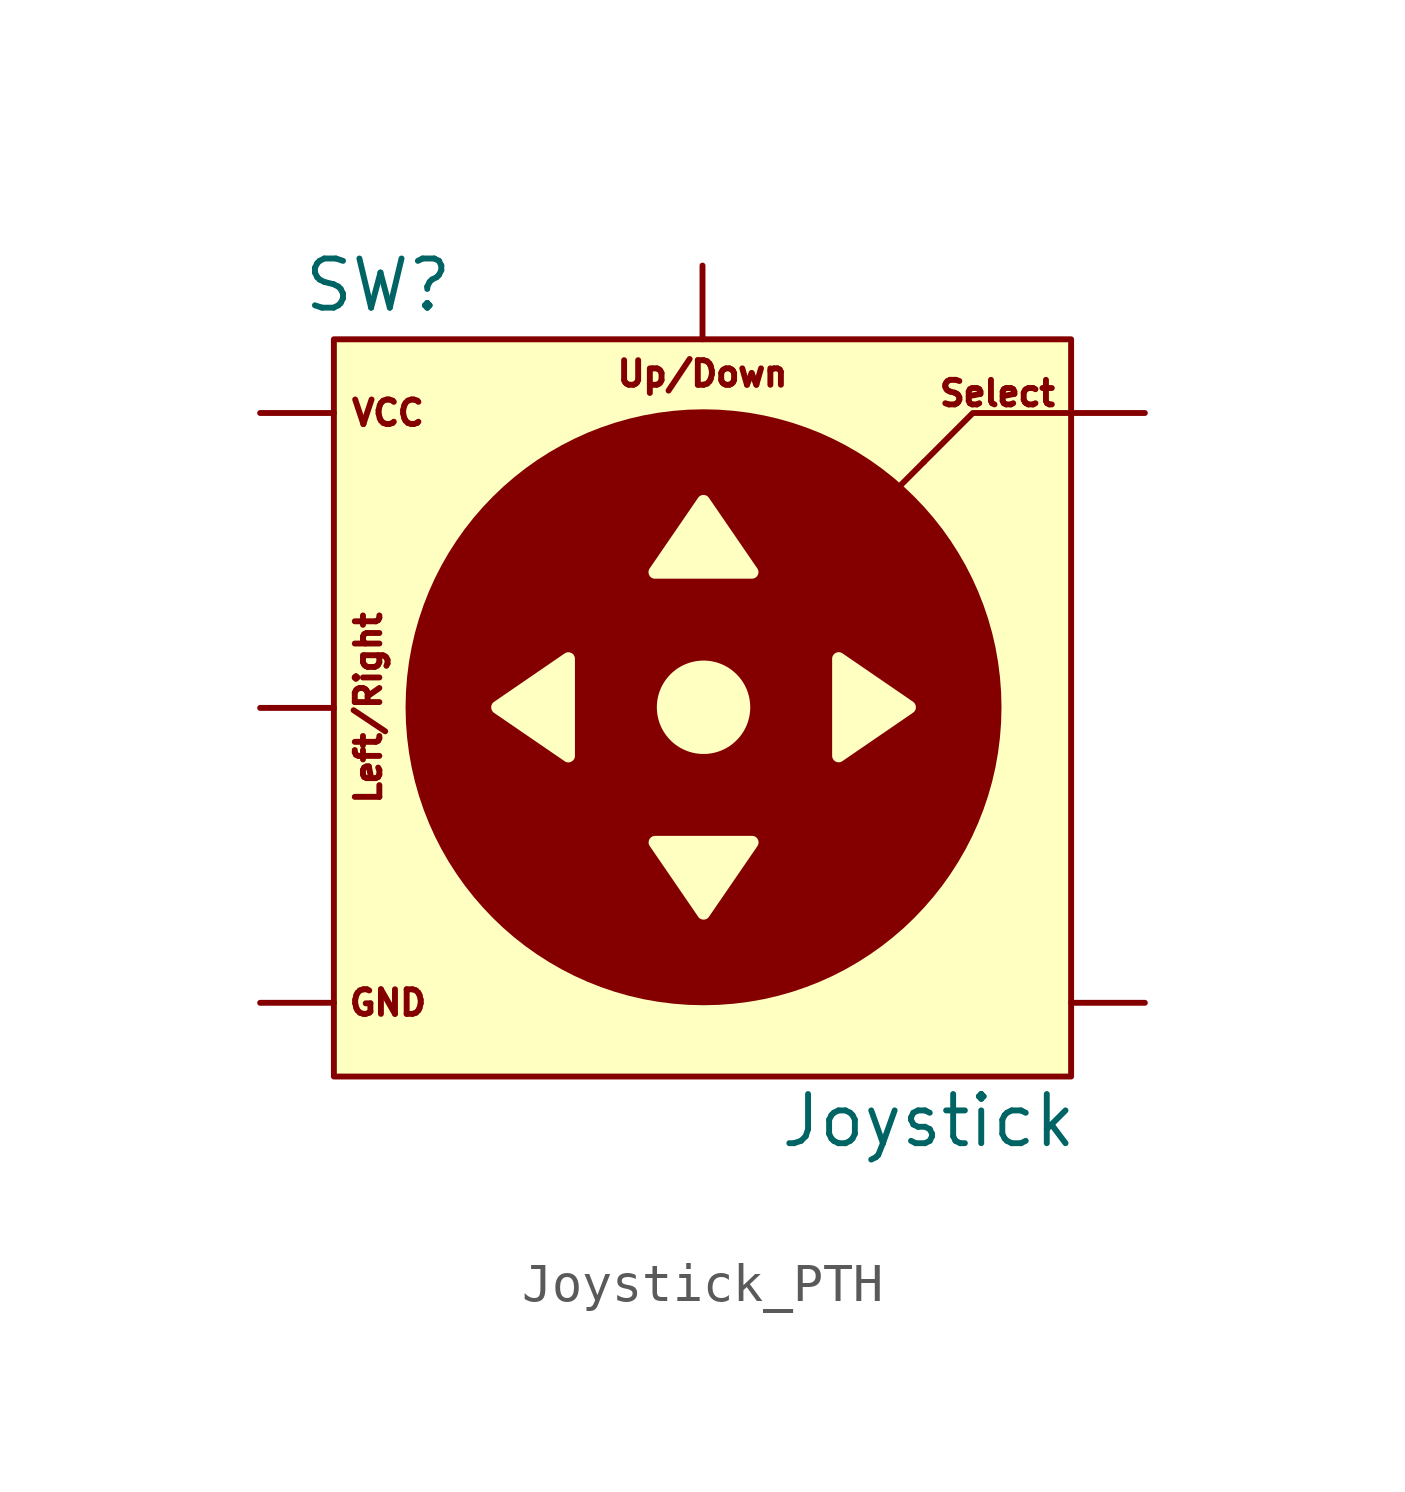
<source format=kicad_sym>
(kicad_symbol_lib
  (version 20231120)
  (generator "kicad_symbol_editor")
  (generator_version "8.0")
  (symbol "Joystick_PTH"
    (pin_numbers hide)
    (pin_names
      (offset 0) hide)
    (property "Reference" "SW"
      (at -8.382 10.922 0)
      (effects (font (size 1.27 1.27))))
    (property "Value" "Joystick"
      (at 5.842 -10.668 0)
      (effects (font (size 1.27 1.27))))
    (symbol "Joystick_PTH_1_0"
      (polyline (pts (xy 0.423 7.706) (xy 0.814 7.676) (xy 1.199 7.627) (xy 1.578 7.559) (xy 1.951 7.473) (xy 2.316 7.369) (xy 2.674 7.248) (xy 3.024 7.111) (xy 3.365 6.956) (xy 3.697 6.786) (xy 4.019 6.601) (xy 4.331 6.401) (xy 4.633 6.186) (xy 4.924 5.957) (xy 5.204 5.715) (xy 5.471 5.46) (xy 5.726 5.193) (xy 5.968 4.914) (xy 6.197 4.623) (xy 6.411 4.321) (xy 6.611 4.008) (xy 6.797 3.686) (xy 6.967 3.354) (xy 7.121 3.013) (xy 7.259 2.663) (xy 7.38 2.306) (xy 7.484 1.94) (xy 7.57 1.568) (xy 7.637 1.189) (xy 7.686 0.803) (xy 7.716 0.412) (xy 7.726 0.016) (xy 7.716 -0.38) (xy 7.686 -0.771) (xy 7.637 -1.156) (xy 7.57 -1.535) (xy 7.484 -1.908) (xy 7.38 -2.273) (xy 7.259 -2.631) (xy 7.121 -2.981) (xy 6.967 -3.322) (xy 6.797 -3.654) (xy 6.611 -3.976) (xy 6.411 -4.288) (xy 6.197 -4.59) (xy 5.968 -4.881) (xy 5.726 -5.16) (xy 5.471 -5.428) (xy 5.204 -5.683) (xy 4.924 -5.925) (xy 4.633 -6.154) (xy 4.331 -6.368) (xy 4.019 -6.568) (xy 3.697 -6.754) (xy 3.365 -6.924) (xy 3.024 -7.078) (xy 2.674 -7.216) (xy 2.316 -7.337) (xy 1.951 -7.441) (xy 1.578 -7.527) (xy 1.199 -7.594) (xy 0.814 -7.643) (xy 0.423 -7.673) (xy 0.027 -7.683) (xy -0.369 -7.673) (xy -0.76 -7.643) (xy -1.146 -7.594) (xy -1.525 -7.527) (xy -1.897 -7.441) (xy -2.263 -7.337) (xy -2.62 -7.216) (xy -2.97 -7.078) (xy -3.311 -6.924) (xy -3.643 -6.754) (xy -3.965 -6.568) (xy -4.278 -6.368) (xy -4.58 -6.154) (xy -4.871 -5.925) (xy -5.15 -5.683) (xy -5.417 -5.428) (xy -5.672 -5.16) (xy -5.914 -4.881) (xy -6.143 -4.59) (xy -6.357 -4.288) (xy -6.558 -3.976) (xy -6.743 -3.654) (xy -6.836 -3.472) (xy -1.392 -3.472) (xy -1.392 -3.483) (xy -1.391 -3.495) (xy -1.39 -3.506) (xy -1.387 -3.517) (xy -1.384 -3.528) (xy -1.38 -3.539) (xy -1.375 -3.55) (xy -1.369 -3.561) (xy -1.362 -3.571) (xy -0.111 -5.397) (xy -0.104 -5.406) (xy -0.098 -5.414) (xy -0.09 -5.422) (xy -0.083 -5.429) (xy -0.075 -5.436) (xy -0.066 -5.442) (xy -0.058 -5.447) (xy -0.049 -5.452) (xy -0.04 -5.457) (xy -0.03 -5.46) (xy -0.021 -5.463) (xy -0.011 -5.466) (xy -0.002 -5.468) (xy 0.008 -5.469) (xy 0.018 -5.47) (xy 0.028 -5.471) (xy 0.038 -5.47) (xy 0.048 -5.469) (xy 0.058 -5.468) (xy 0.068 -5.466) (xy 0.077 -5.463) (xy 0.087 -5.46) (xy 0.096 -5.457) (xy 0.105 -5.452) (xy 0.114 -5.447) (xy 0.122 -5.442) (xy 0.131 -5.436) (xy 0.139 -5.429) (xy 0.146 -5.422) (xy 0.154 -5.414) (xy 0.161 -5.406) (xy 0.167 -5.397) (xy 1.419 -3.571) (xy 1.425 -3.561) (xy 1.431 -3.55) (xy 1.436 -3.539) (xy 1.44 -3.527) (xy 1.443 -3.516) (xy 1.446 -3.505) (xy 1.448 -3.494) (xy 1.448 -3.482) (xy 1.448 -3.471) (xy 1.448 -3.46) (xy 1.446 -3.449) (xy 1.444 -3.438) (xy 1.442 -3.427) (xy 1.438 -3.417) (xy 1.434 -3.406) (xy 1.429 -3.397) (xy 1.424 -3.387) (xy 1.418 -3.378) (xy 1.412 -3.369) (xy 1.405 -3.361) (xy 1.397 -3.353) (xy 1.389 -3.345) (xy 1.38 -3.339) (xy 1.371 -3.332) (xy 1.362 -3.327) (xy 1.352 -3.322) (xy 1.341 -3.317) (xy 1.331 -3.314) (xy 1.319 -3.311) (xy 1.308 -3.309) (xy 1.296 -3.307) (xy 1.284 -3.307) (xy -1.222 -3.307) (xy -1.235 -3.307) (xy -1.247 -3.309) (xy -1.259 -3.311) (xy -1.271 -3.314) (xy -1.282 -3.317) (xy -1.293 -3.322) (xy -1.303 -3.327) (xy -1.313 -3.333) (xy -1.322 -3.339) (xy -1.331 -3.346) (xy -1.339 -3.353) (xy -1.347 -3.361) (xy -1.354 -3.37) (xy -1.361 -3.379) (xy -1.367 -3.388) (xy -1.373 -3.398) (xy -1.377 -3.408) (xy -1.381 -3.418) (xy -1.385 -3.428) (xy -1.388 -3.439) (xy -1.39 -3.45) (xy -1.391 -3.461) (xy -1.392 -3.472) (xy -6.836 -3.472) (xy -6.913 -3.322) (xy -7.067 -2.981) (xy -7.205 -2.631) (xy -7.326 -2.273) (xy -7.43 -1.908) (xy -7.516 -1.535) (xy -7.584 -1.156) (xy -7.633 -0.771) (xy -7.663 -0.38) (xy -7.673 0.016) (xy -5.46 0.016) (xy -5.46 0.006) (xy -5.459 -0.004) (xy -5.457 -0.014) (xy -5.455 -0.024) (xy -5.453 -0.034) (xy -5.45 -0.043) (xy -5.446 -0.053) (xy -5.442 -0.062) (xy -5.437 -0.071) (xy -5.431 -0.08) (xy -5.425 -0.088) (xy -5.419 -0.097) (xy -5.412 -0.105) (xy -5.404 -0.113) (xy -5.396 -0.12) (xy -5.387 -0.127) (xy -3.561 -1.378) (xy -3.55 -1.385) (xy -3.54 -1.391) (xy -3.529 -1.396) (xy -3.518 -1.4) (xy -3.506 -1.403) (xy -3.495 -1.405) (xy -3.484 -1.407) (xy -3.473 -1.408) (xy -3.462 -1.408) (xy -3.45 -1.407) (xy -3.439 -1.405) (xy -3.428 -1.403) (xy -3.418 -1.4) (xy -3.407 -1.397) (xy -3.397 -1.392) (xy -3.387 -1.387) (xy -3.377 -1.382) (xy -3.368 -1.376) (xy -3.359 -1.369) (xy -3.351 -1.362) (xy -3.343 -1.354) (xy -3.335 -1.346) (xy -3.328 -1.337) (xy -3.322 -1.327) (xy -3.316 -1.318) (xy -3.311 -1.308) (xy -3.307 -1.297) (xy -3.303 -1.286) (xy -3.3 -1.274) (xy -3.298 -1.263) (xy -3.297 -1.25) (xy -3.296 -1.238) (xy -3.296 0.016) (xy -1.18 0.016) (xy -1.178 -0.046) (xy -1.173 -0.107) (xy -1.166 -0.168) (xy -1.155 -0.227) (xy -1.142 -0.285) (xy -1.125 -0.343) (xy -1.107 -0.399) (xy -1.085 -0.454) (xy -1.061 -0.507) (xy -1.034 -0.559) (xy -1.005 -0.61) (xy -0.974 -0.658) (xy -0.94 -0.706) (xy -0.904 -0.751) (xy -0.866 -0.795) (xy -0.827 -0.837) (xy -0.785 -0.877) (xy -0.741 -0.915) (xy -0.695 -0.951) (xy -0.648 -0.984) (xy -0.599 -1.016) (xy -0.548 -1.045) (xy -0.496 -1.071) (xy -0.443 -1.095) (xy -0.388 -1.117) (xy -0.332 -1.136) (xy -0.275 -1.152) (xy -0.216 -1.166) (xy -0.157 -1.176) (xy -0.097 -1.184) (xy -0.035 -1.189) (xy 0.027 -1.19) (xy 0.089 -1.189) (xy 0.15 -1.184) (xy 0.211 -1.176) (xy 0.27 -1.166) (xy 0.329 -1.152) (xy 0.386 -1.136) (xy 0.442 -1.117) (xy 0.497 -1.095) (xy 0.55 -1.071) (xy 0.602 -1.045) (xy 0.653 -1.016) (xy 0.702 -0.984) (xy 0.749 -0.951) (xy 0.794 -0.915) (xy 0.838 -0.877) (xy 0.88 -0.837) (xy 0.92 -0.795) (xy 0.958 -0.751) (xy 0.994 -0.706) (xy 1.027 -0.658) (xy 1.059 -0.61) (xy 1.088 -0.559) (xy 1.114 -0.507) (xy 1.139 -0.454) (xy 1.16 -0.399) (xy 1.179 -0.343) (xy 1.195 -0.285) (xy 1.209 -0.227) (xy 1.219 -0.168) (xy 1.227 -0.107) (xy 1.232 -0.046) (xy 1.233 0.016) (xy 1.232 0.078) (xy 1.227 0.14) (xy 1.219 0.2) (xy 1.209 0.26) (xy 1.195 0.318) (xy 1.179 0.375) (xy 1.16 0.431) (xy 1.139 0.486) (xy 1.114 0.539) (xy 1.088 0.592) (xy 1.059 0.642) (xy 1.027 0.691) (xy 0.994 0.738) (xy 0.958 0.784) (xy 0.92 0.828) (xy 0.88 0.87) (xy 0.838 0.909) (xy 0.794 0.947) (xy 0.749 0.983) (xy 0.702 1.017) (xy 0.653 1.048) (xy 0.602 1.077) (xy 0.55 1.104) (xy 0.497 1.128) (xy 0.442 1.149) (xy 0.386 1.169) (xy 0.329 1.185) (xy 0.27 1.198) (xy 0.211 1.209) (xy 0.15 1.216) (xy 0.089 1.221) (xy 0.027 1.223) (xy -0.035 1.221) (xy -0.097 1.216) (xy -0.157 1.209) (xy -0.216 1.198) (xy -0.275 1.185) (xy -0.332 1.169) (xy -0.388 1.149) (xy -0.443 1.128) (xy -0.496 1.104) (xy -0.548 1.077) (xy -0.599 1.048) (xy -0.648 1.017) (xy -0.695 0.983) (xy -0.741 0.947) (xy -0.785 0.909) (xy -0.827 0.87) (xy -0.866 0.828) (xy -0.904 0.784) (xy -0.94 0.738) (xy -0.974 0.691) (xy -1.005 0.642) (xy -1.034 0.592) (xy -1.061 0.539) (xy -1.085 0.486) (xy -1.107 0.431) (xy -1.125 0.375) (xy -1.142 0.318) (xy -1.155 0.26) (xy -1.166 0.2) (xy -1.173 0.14) (xy -1.178 0.078) (xy -1.18 0.016) (xy -3.296 0.016) (xy -3.296 1.268) (xy -3.296 1.27) (xy 3.35 1.27) (xy 3.35 -1.235) (xy 3.35 -1.248) (xy 3.352 -1.26) (xy 3.354 -1.272) (xy 3.357 -1.284) (xy 3.36 -1.295) (xy 3.365 -1.306) (xy 3.37 -1.316) (xy 3.376 -1.326) (xy 3.382 -1.335) (xy 3.389 -1.344) (xy 3.396 -1.353) (xy 3.404 -1.36) (xy 3.413 -1.368) (xy 3.422 -1.374) (xy 3.431 -1.38) (xy 3.441 -1.386) (xy 3.45 -1.391) (xy 3.461 -1.395) (xy 3.471 -1.398) (xy 3.482 -1.401) (xy 3.493 -1.403) (xy 3.504 -1.405) (xy 3.515 -1.405) (xy 3.526 -1.405) (xy 3.538 -1.405) (xy 3.549 -1.403) (xy 3.56 -1.4) (xy 3.571 -1.397) (xy 3.582 -1.393) (xy 3.593 -1.388) (xy 3.604 -1.382) (xy 3.615 -1.375) (xy 5.44 -0.124) (xy 5.449 -0.117) (xy 5.457 -0.11) (xy 5.465 -0.103) (xy 5.472 -0.095) (xy 5.479 -0.087) (xy 5.485 -0.079) (xy 5.49 -0.07) (xy 5.495 -0.061) (xy 5.5 -0.052) (xy 5.503 -0.042) (xy 5.506 -0.033) (xy 5.509 -0.023) (xy 5.511 -0.013) (xy 5.512 -0.003) (xy 5.513 0.007) (xy 5.514 0.017) (xy 5.513 0.026) (xy 5.512 0.036) (xy 5.511 0.046) (xy 5.509 0.056) (xy 5.506 0.066) (xy 5.503 0.076) (xy 5.5 0.085) (xy 5.495 0.094) (xy 5.49 0.103) (xy 5.485 0.112) (xy 5.479 0.121) (xy 5.472 0.129) (xy 5.465 0.137) (xy 5.457 0.145) (xy 5.449 0.152) (xy 5.44 0.159) (xy 3.615 1.411) (xy 3.604 1.417) (xy 3.593 1.423) (xy 3.582 1.428) (xy 3.571 1.432) (xy 3.56 1.435) (xy 3.549 1.438) (xy 3.538 1.439) (xy 3.526 1.44) (xy 3.515 1.44) (xy 3.504 1.439) (xy 3.493 1.438) (xy 3.482 1.435) (xy 3.471 1.433) (xy 3.461 1.429) (xy 3.45 1.425) (xy 3.441 1.42) (xy 3.431 1.414) (xy 3.422 1.408) (xy 3.413 1.401) (xy 3.404 1.394) (xy 3.396 1.386) (xy 3.389 1.378) (xy 3.382 1.369) (xy 3.376 1.36) (xy 3.37 1.35) (xy 3.365 1.34) (xy 3.36 1.329) (xy 3.357 1.318) (xy 3.354 1.307) (xy 3.352 1.295) (xy 3.35 1.283) (xy 3.35 1.27) (xy -3.296 1.27) (xy -3.297 1.28) (xy -3.298 1.293) (xy -3.3 1.305) (xy -3.303 1.316) (xy -3.307 1.327) (xy -3.311 1.338) (xy -3.316 1.349) (xy -3.322 1.358) (xy -3.328 1.368) (xy -3.335 1.377) (xy -3.343 1.385) (xy -3.351 1.393) (xy -3.359 1.4) (xy -3.368 1.407) (xy -3.377 1.413) (xy -3.387 1.418) (xy -3.397 1.423) (xy -3.407 1.427) (xy -3.418 1.431) (xy -3.428 1.433) (xy -3.439 1.436) (xy -3.45 1.437) (xy -3.462 1.438) (xy -3.473 1.438) (xy -3.484 1.437) (xy -3.495 1.435) (xy -3.506 1.433) (xy -3.518 1.43) (xy -3.529 1.425) (xy -3.54 1.421) (xy -3.55 1.415) (xy -3.561 1.408) (xy -5.387 0.156) (xy -5.396 0.15) (xy -5.404 0.143) (xy -5.412 0.135) (xy -5.419 0.128) (xy -5.425 0.119) (xy -5.431 0.111) (xy -5.437 0.102) (xy -5.442 0.093) (xy -5.446 0.084) (xy -5.45 0.075) (xy -5.453 0.065) (xy -5.455 0.056) (xy -5.457 0.046) (xy -5.459 0.036) (xy -5.46 0.026) (xy -5.46 0.016) (xy -7.673 0.016) (xy -7.673 0.016) (xy -7.663 0.412) (xy -7.633 0.803) (xy -7.584 1.189) (xy -7.516 1.568) (xy -7.43 1.94) (xy -7.326 2.306) (xy -7.205 2.663) (xy -7.067 3.013) (xy -6.913 3.354) (xy -6.837 3.503) (xy -1.395 3.503) (xy -1.394 3.492) (xy -1.393 3.481) (xy -1.391 3.47) (xy -1.388 3.46) (xy -1.385 3.449) (xy -1.381 3.439) (xy -1.376 3.429) (xy -1.371 3.419) (xy -1.365 3.41) (xy -1.358 3.401) (xy -1.351 3.393) (xy -1.343 3.385) (xy -1.335 3.378) (xy -1.327 3.371) (xy -1.318 3.365) (xy -1.308 3.359) (xy -1.298 3.354) (xy -1.288 3.35) (xy -1.277 3.346) (xy -1.266 3.343) (xy -1.254 3.341) (xy -1.242 3.34) (xy -1.23 3.339) (xy 1.276 3.339) (xy 1.288 3.34) (xy 1.301 3.341) (xy 1.313 3.343) (xy 1.324 3.346) (xy 1.335 3.35) (xy 1.346 3.354) (xy 1.357 3.359) (xy 1.366 3.365) (xy 1.376 3.371) (xy 1.385 3.378) (xy 1.393 3.386) (xy 1.401 3.394) (xy 1.408 3.402) (xy 1.415 3.411) (xy 1.421 3.42) (xy 1.426 3.43) (xy 1.431 3.44) (xy 1.435 3.45) (xy 1.439 3.461) (xy 1.442 3.471) (xy 1.444 3.482) (xy 1.445 3.493) (xy 1.446 3.505) (xy 1.446 3.516) (xy 1.445 3.527) (xy 1.443 3.538) (xy 1.441 3.55) (xy 1.438 3.561) (xy 1.433 3.572) (xy 1.428 3.583) (xy 1.423 3.593) (xy 1.416 3.604) (xy 0.164 5.43) (xy 0.158 5.439) (xy 0.151 5.447) (xy 0.144 5.455) (xy 0.136 5.462) (xy 0.128 5.468) (xy 0.12 5.474) (xy 0.111 5.48) (xy 0.102 5.485) (xy 0.093 5.489) (xy 0.084 5.493) (xy 0.074 5.496) (xy 0.065 5.498) (xy 0.055 5.5) (xy 0.045 5.502) (xy 0.035 5.503) (xy 0.025 5.503) (xy 0.016 5.503) (xy 0.006 5.502) (xy -0.004 5.5) (xy -0.014 5.498) (xy -0.024 5.496) (xy -0.033 5.493) (xy -0.042 5.489) (xy -0.051 5.485) (xy -0.06 5.48) (xy -0.069 5.474) (xy -0.077 5.468) (xy -0.085 5.462) (xy -0.093 5.455) (xy -0.1 5.447) (xy -0.107 5.439) (xy -0.113 5.43) (xy -1.365 3.604) (xy -1.372 3.593) (xy -1.377 3.582) (xy -1.383 3.571) (xy -1.387 3.56) (xy -1.39 3.549) (xy -1.392 3.537) (xy -1.394 3.526) (xy -1.395 3.515) (xy -1.395 3.503) (xy -6.837 3.503) (xy -6.743 3.686) (xy -6.558 4.008) (xy -6.357 4.321) (xy -6.143 4.623) (xy -5.914 4.914) (xy -5.672 5.193) (xy -5.417 5.46) (xy -5.15 5.715) (xy -4.871 5.957) (xy -4.58 6.186) (xy -4.278 6.401) (xy -3.965 6.601) (xy -3.643 6.786) (xy -3.311 6.956) (xy -2.97 7.111) (xy -2.62 7.248) (xy -2.263 7.369) (xy -1.897 7.473) (xy -1.525 7.559) (xy -1.146 7.627) (xy -0.76 7.676) (xy -0.369 7.706) (xy 0.027 7.716) (xy 0.423 7.706)) (stroke (width -0.0001) (type solid)) (fill (type outline))))
    (symbol "Joystick_PTH_1_1"
      (rectangle (start -9.525 9.525) (end 9.525 -9.525) (stroke (width 0) (type default)) (fill (type background)))
      (polyline (pts (xy 3.81 4.445) (xy 5.715 6.35) (xy 5.715 6.35)) (stroke (width 0) (type default)) (fill (type none)))
      (polyline (pts (xy 5.715 6.35) (xy 6.985 7.62) (xy 9.525 7.62)) (stroke (width 0) (type default)) (fill (type none)))
      (text "GND" (at -8.128 -7.62 0) (effects (font (size 0.635 0.635))))
      (text "Left/Right" (at -8.636 0 900) (effects (font (size 0.635 0.635))))
      (text "Select" (at 7.62 8.128 0) (effects (font (size 0.635 0.635))))
      (text "Up/Down" (at 0 8.636 0) (effects (font (size 0.635 0.635))))
      (text "VCC" (at -8.128 7.62 0) (effects (font (size 0.635 0.635))))
      (pin passive line (at -11.43 -7.62 0) (length 1.905) (name "GND" (effects (font (size 1.27 1.27)))) (number "GND" (effects (font (size 1.27 1.27)))))
      (pin passive line (at 11.43 -7.62 180) (length 1.905) (name "GND" (effects (font (size 1.27 1.27)))) (number "GND" (effects (font (size 1.27 1.27)))))
      (pin passive line (at -11.43 0 0) (length 1.905) (name "Horizontal" (effects (font (size 1.27 1.27)))) (number "Horizontal" (effects (font (size 1.27 1.27)))))
      (pin passive line (at 11.43 7.62 180) (length 1.905) (name "Select" (effects (font (size 1.27 1.27)))) (number "Select" (effects (font (size 1.27 1.27)))))
      (pin passive line (at -11.43 7.62 0) (length 1.905) (name "VCC" (effects (font (size 1.27 1.27)))) (number "VCC" (effects (font (size 1.27 1.27)))))
      (pin passive line (at 0 11.43 270) (length 1.905) (name "Vertical" (effects (font (size 1.27 1.27)))) (number "Vertical" (effects (font (size 1.27 1.27))))))))
</source>
